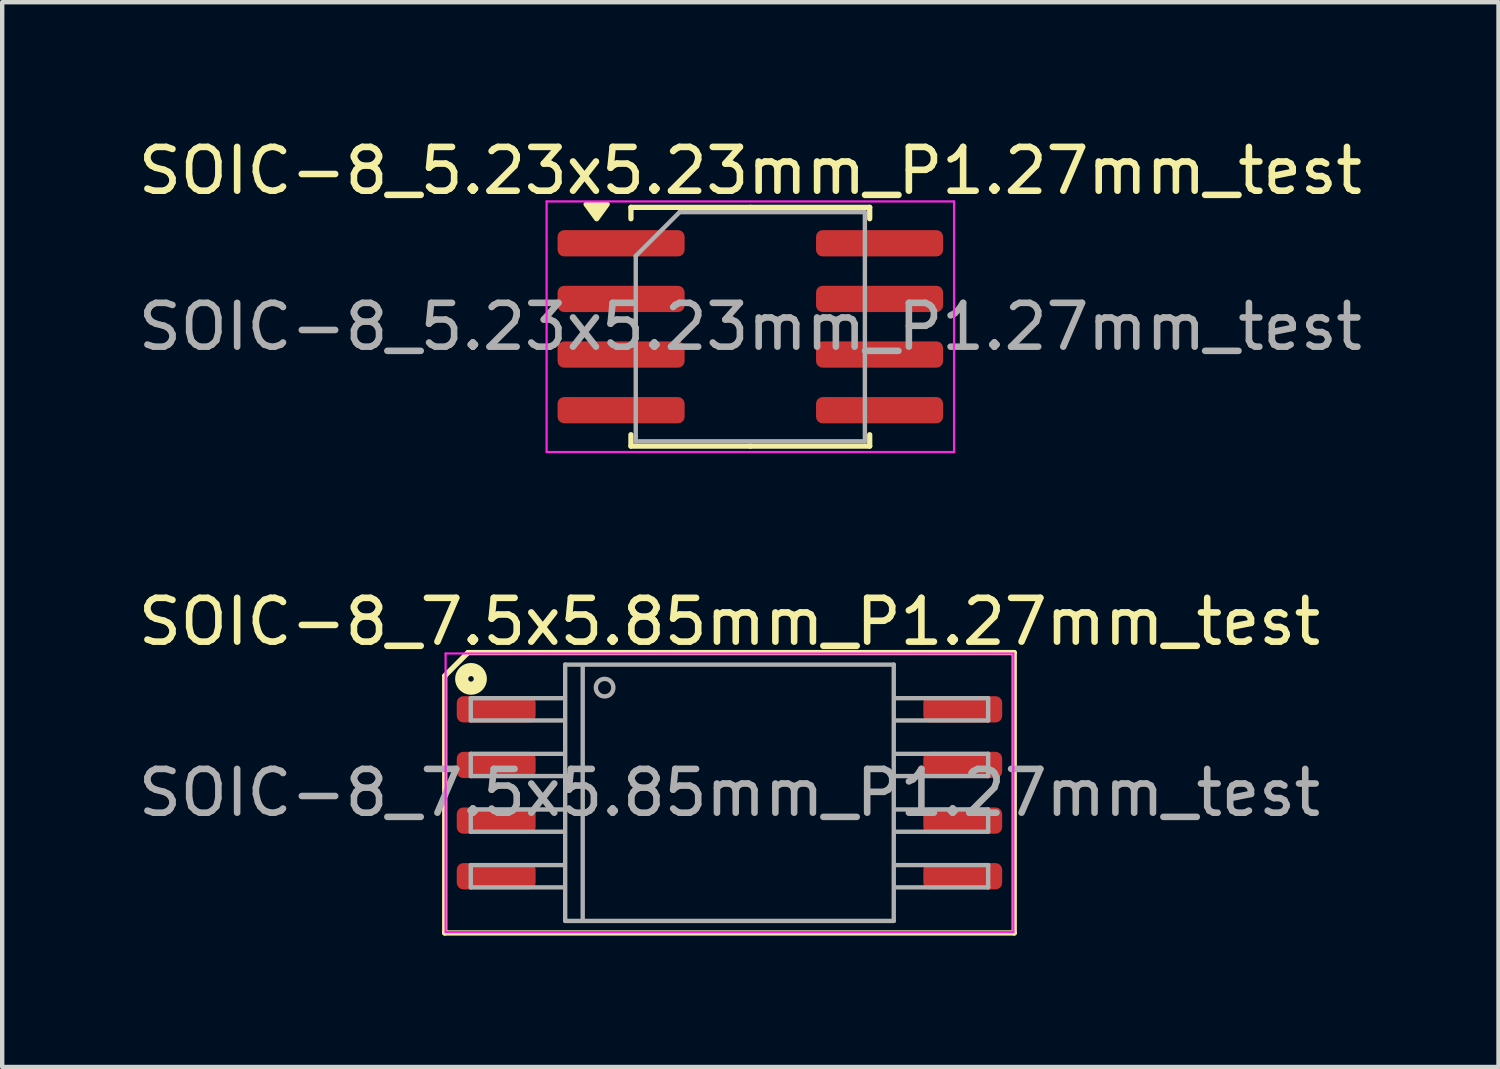
<source format=kicad_pcb>
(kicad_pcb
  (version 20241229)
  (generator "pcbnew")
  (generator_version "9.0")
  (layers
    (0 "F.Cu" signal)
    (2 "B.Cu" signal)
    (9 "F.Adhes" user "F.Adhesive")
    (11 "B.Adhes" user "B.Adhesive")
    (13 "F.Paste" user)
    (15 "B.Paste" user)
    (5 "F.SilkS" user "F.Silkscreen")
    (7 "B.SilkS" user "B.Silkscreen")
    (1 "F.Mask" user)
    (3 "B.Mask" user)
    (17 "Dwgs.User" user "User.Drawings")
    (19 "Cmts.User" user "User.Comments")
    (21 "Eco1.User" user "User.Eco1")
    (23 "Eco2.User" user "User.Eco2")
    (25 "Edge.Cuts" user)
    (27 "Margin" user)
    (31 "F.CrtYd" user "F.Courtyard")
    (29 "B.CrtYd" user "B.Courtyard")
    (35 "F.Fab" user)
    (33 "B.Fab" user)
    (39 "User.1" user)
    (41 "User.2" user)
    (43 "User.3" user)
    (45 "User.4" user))
  (footprint "SOIC-8_5.23x5.23mm_P1.27mm_test"
    (layer "F.Cu")
    (at 14.077 4.408)
    (property "Reference" "SOIC-8_5.23x5.23mm_P1.27mm_test" (at 0 -3.56 0) (layer "F.SilkS") (effects (font (size 1 1) (thickness 0.15))))
    (attr smd)
    (fp_line (start -2.725 -2.725) (end -2.725 -2.465) (stroke (width 0.12) (type solid)) (layer "F.SilkS"))
    (fp_line (start -2.725 2.725) (end -2.725 2.465) (stroke (width 0.12) (type solid)) (layer "F.SilkS"))
    (fp_line (start 0 -2.725) (end -2.725 -2.725) (stroke (width 0.12) (type solid)) (layer "F.SilkS"))
    (fp_line (start 0 -2.725) (end 2.725 -2.725) (stroke (width 0.12) (type solid)) (layer "F.SilkS"))
    (fp_line (start 0 2.725) (end -2.725 2.725) (stroke (width 0.12) (type solid)) (layer "F.SilkS"))
    (fp_line (start 0 2.725) (end 2.725 2.725) (stroke (width 0.12) (type solid)) (layer "F.SilkS"))
    (fp_line (start 2.725 -2.725) (end 2.725 -2.465) (stroke (width 0.12) (type solid)) (layer "F.SilkS"))
    (fp_line (start 2.725 2.725) (end 2.725 2.465) (stroke (width 0.12) (type solid)) (layer "F.SilkS"))
    (fp_poly (pts (xy -3.507 -2.465) (xy -3.748 -2.795) (xy -3.268 -2.795) (xy -3.507 -2.465)) (stroke (width 0.12) (type solid)) (fill yes) (layer "F.SilkS"))
    (fp_line (start -4.65 -2.86) (end -4.65 2.86) (stroke (width 0.05) (type solid)) (layer "F.CrtYd"))
    (fp_line (start -4.65 2.86) (end 4.65 2.86) (stroke (width 0.05) (type solid)) (layer "F.CrtYd"))
    (fp_line (start 4.65 -2.86) (end -4.65 -2.86) (stroke (width 0.05) (type solid)) (layer "F.CrtYd"))
    (fp_line (start 4.65 2.86) (end 4.65 -2.86) (stroke (width 0.05) (type solid)) (layer "F.CrtYd"))
    (fp_line (start -2.615 -1.615) (end -1.615 -2.615) (stroke (width 0.1) (type solid)) (layer "F.Fab"))
    (fp_line (start -2.615 2.615) (end -2.615 -1.615) (stroke (width 0.1) (type solid)) (layer "F.Fab"))
    (fp_line (start -1.615 -2.615) (end 2.615 -2.615) (stroke (width 0.1) (type solid)) (layer "F.Fab"))
    (fp_line (start 2.615 -2.615) (end 2.615 2.615) (stroke (width 0.1) (type solid)) (layer "F.Fab"))
    (fp_line (start 2.615 2.615) (end -2.615 2.615) (stroke (width 0.1) (type solid)) (layer "F.Fab"))
    (fp_text user "${REFERENCE}" (at 0 0 0) (layer "F.Fab") (effects (font (size 1 1) (thickness 0.15))))
    (pad "1" smd roundrect (at -2.95 -1.905) (size 2.9 0.6) (layers "F.Cu" "F.Mask" "F.Paste") (roundrect_rratio 0.25))
    (pad "2" smd roundrect (at -2.95 -0.635) (size 2.9 0.6) (layers "F.Cu" "F.Mask" "F.Paste") (roundrect_rratio 0.25))
    (pad "3" smd roundrect (at -2.95 0.635) (size 2.9 0.6) (layers "F.Cu" "F.Mask" "F.Paste") (roundrect_rratio 0.25))
    (pad "4" smd roundrect (at -2.95 1.905) (size 2.9 0.6) (layers "F.Cu" "F.Mask" "F.Paste") (roundrect_rratio 0.25))
    (pad "5" smd roundrect (at 2.95 1.905) (size 2.9 0.6) (layers "F.Cu" "F.Mask" "F.Paste") (roundrect_rratio 0.25))
    (pad "6" smd roundrect (at 2.95 0.635) (size 2.9 0.6) (layers "F.Cu" "F.Mask" "F.Paste") (roundrect_rratio 0.25))
    (pad "7" smd roundrect (at 2.95 -0.635) (size 2.9 0.6) (layers "F.Cu" "F.Mask" "F.Paste") (roundrect_rratio 0.25))
    (pad "8" smd roundrect (at 2.95 -1.905) (size 2.9 0.6) (layers "F.Cu" "F.Mask" "F.Paste") (roundrect_rratio 0.25)))
  (footprint "SOIC-8_7.5x5.85mm_P1.27mm_test"
    (layer "F.Cu")
    (at 13.601 15.046)
    (property "Reference" "SOIC-8_7.5x5.85mm_P1.27mm_test" (at 0 -3.905 0) (layer "F.SilkS") (effects (font (size 1 1) (thickness 0.15))))
    (attr smd)
    (fp_line (start -6.5 -2.667) (end -6.5 3.2) (stroke (width 0.12) (type solid)) (layer "F.SilkS"))
    (fp_line (start -6.5 -2.667) (end -5.969 -3.2) (stroke (width 0.12) (type solid)) (layer "F.SilkS"))
    (fp_line (start -6.5 3.2) (end 6.5 3.2) (stroke (width 0.12) (type solid)) (layer "F.SilkS"))
    (fp_line (start 6.5 -3.2) (end -5.969 -3.2) (stroke (width 0.12) (type solid)) (layer "F.SilkS"))
    (fp_line (start 6.5 3.2) (end 6.5 -3.2) (stroke (width 0.12) (type solid)) (layer "F.SilkS"))
    (fp_circle (center -5.9 -2.6) (end -5.837 -2.6) (stroke (width 0.3) (type solid)) (fill no) (layer "F.SilkS"))
    (fp_line (start -6.48 -3.18) (end -6.48 3.18) (stroke (width 0.05) (type solid)) (layer "F.CrtYd"))
    (fp_line (start -6.48 3.18) (end 6.48 3.18) (stroke (width 0.05) (type solid)) (layer "F.CrtYd"))
    (fp_line (start 6.48 -3.18) (end -6.48 -3.18) (stroke (width 0.05) (type solid)) (layer "F.CrtYd"))
    (fp_line (start 6.48 3.18) (end 6.48 -3.18) (stroke (width 0.05) (type solid)) (layer "F.CrtYd"))
    (fp_line (start -5.905 -2.159) (end -5.905 -1.651) (stroke (width 0.1) (type solid)) (layer "F.Fab"))
    (fp_line (start -5.905 -2.159) (end -3.81 -2.159) (stroke (width 0.1) (type solid)) (layer "F.Fab"))
    (fp_line (start -5.905 -1.651) (end -3.81 -1.651) (stroke (width 0.1) (type solid)) (layer "F.Fab"))
    (fp_line (start -5.905 -0.889) (end -5.905 -0.381) (stroke (width 0.1) (type solid)) (layer "F.Fab"))
    (fp_line (start -5.905 -0.889) (end -3.81 -0.889) (stroke (width 0.1) (type solid)) (layer "F.Fab"))
    (fp_line (start -5.905 -0.381) (end -3.81 -0.381) (stroke (width 0.1) (type solid)) (layer "F.Fab"))
    (fp_line (start -5.905 0.381) (end -5.905 0.889) (stroke (width 0.1) (type solid)) (layer "F.Fab"))
    (fp_line (start -5.905 0.381) (end -3.81 0.381) (stroke (width 0.1) (type solid)) (layer "F.Fab"))
    (fp_line (start -5.905 0.889) (end -3.81 0.889) (stroke (width 0.1) (type solid)) (layer "F.Fab"))
    (fp_line (start -5.905 1.651) (end -5.905 2.159) (stroke (width 0.1) (type solid)) (layer "F.Fab"))
    (fp_line (start -5.905 1.651) (end -3.81 1.651) (stroke (width 0.1) (type solid)) (layer "F.Fab"))
    (fp_line (start -5.905 2.159) (end -3.81 2.159) (stroke (width 0.1) (type solid)) (layer "F.Fab"))
    (fp_line (start -3.75 -2.925) (end 3.75 -2.925) (stroke (width 0.1) (type solid)) (layer "F.Fab"))
    (fp_line (start -3.75 2.925) (end -3.75 -2.925) (stroke (width 0.1) (type solid)) (layer "F.Fab"))
    (fp_line (start -3.35 -2.9) (end -3.35 2.9) (stroke (width 0.1) (type solid)) (layer "F.Fab"))
    (fp_line (start 3.75 -2.925) (end 3.75 2.925) (stroke (width 0.1) (type solid)) (layer "F.Fab"))
    (fp_line (start 3.75 2.925) (end -3.75 2.925) (stroke (width 0.1) (type solid)) (layer "F.Fab"))
    (fp_line (start 5.905 -2.159) (end 3.81 -2.159) (stroke (width 0.1) (type solid)) (layer "F.Fab"))
    (fp_line (start 5.905 -1.651) (end 3.81 -1.651) (stroke (width 0.1) (type solid)) (layer "F.Fab"))
    (fp_line (start 5.905 -1.651) (end 5.905 -2.159) (stroke (width 0.1) (type solid)) (layer "F.Fab"))
    (fp_line (start 5.905 -0.889) (end 3.81 -0.889) (stroke (width 0.1) (type solid)) (layer "F.Fab"))
    (fp_line (start 5.905 -0.381) (end 3.81 -0.381) (stroke (width 0.1) (type solid)) (layer "F.Fab"))
    (fp_line (start 5.905 -0.381) (end 5.905 -0.889) (stroke (width 0.1) (type solid)) (layer "F.Fab"))
    (fp_line (start 5.905 0.381) (end 3.81 0.381) (stroke (width 0.1) (type solid)) (layer "F.Fab"))
    (fp_line (start 5.905 0.889) (end 3.81 0.889) (stroke (width 0.1) (type solid)) (layer "F.Fab"))
    (fp_line (start 5.905 0.889) (end 5.905 0.381) (stroke (width 0.1) (type solid)) (layer "F.Fab"))
    (fp_line (start 5.905 1.651) (end 3.81 1.651) (stroke (width 0.1) (type solid)) (layer "F.Fab"))
    (fp_line (start 5.905 2.159) (end 3.81 2.159) (stroke (width 0.1) (type solid)) (layer "F.Fab"))
    (fp_line (start 5.905 2.159) (end 5.905 1.651) (stroke (width 0.1) (type solid)) (layer "F.Fab"))
    (fp_circle (center -2.85 -2.4) (end -2.65 -2.4) (stroke (width 0.1) (type solid)) (fill no) (layer "F.Fab"))
    (fp_text user "${REFERENCE}" (at 0 0 0) (layer "F.Fab") (effects (font (size 1 1) (thickness 0.15))))
    (pad "1" smd roundrect (at -5.325 -1.905) (size 1.8 0.6) (layers "F.Cu" "F.Mask" "F.Paste") (roundrect_rratio 0.25))
    (pad "2" smd roundrect (at -5.325 -0.635) (size 1.8 0.6) (layers "F.Cu" "F.Mask" "F.Paste") (roundrect_rratio 0.25))
    (pad "3" smd roundrect (at -5.325 0.635) (size 1.8 0.6) (layers "F.Cu" "F.Mask" "F.Paste") (roundrect_rratio 0.25))
    (pad "4" smd roundrect (at -5.325 1.905) (size 1.8 0.6) (layers "F.Cu" "F.Mask" "F.Paste") (roundrect_rratio 0.25))
    (pad "5" smd roundrect (at 5.325 1.905) (size 1.8 0.6) (layers "F.Cu" "F.Mask" "F.Paste") (roundrect_rratio 0.25))
    (pad "6" smd roundrect (at 5.325 0.635) (size 1.8 0.6) (layers "F.Cu" "F.Mask" "F.Paste") (roundrect_rratio 0.25))
    (pad "7" smd roundrect (at 5.325 -0.635) (size 1.8 0.6) (layers "F.Cu" "F.Mask" "F.Paste") (roundrect_rratio 0.25))
    (pad "8" smd roundrect (at 5.325 -1.905) (size 1.8 0.6) (layers "F.Cu" "F.Mask" "F.Paste") (roundrect_rratio 0.25)))
  (gr_rect
    (start -3 -3)
    (end 31.155 21.306)
    (stroke (width 0.1) (type default))
    (fill no)
    (layer "Edge.Cuts")))
</source>
